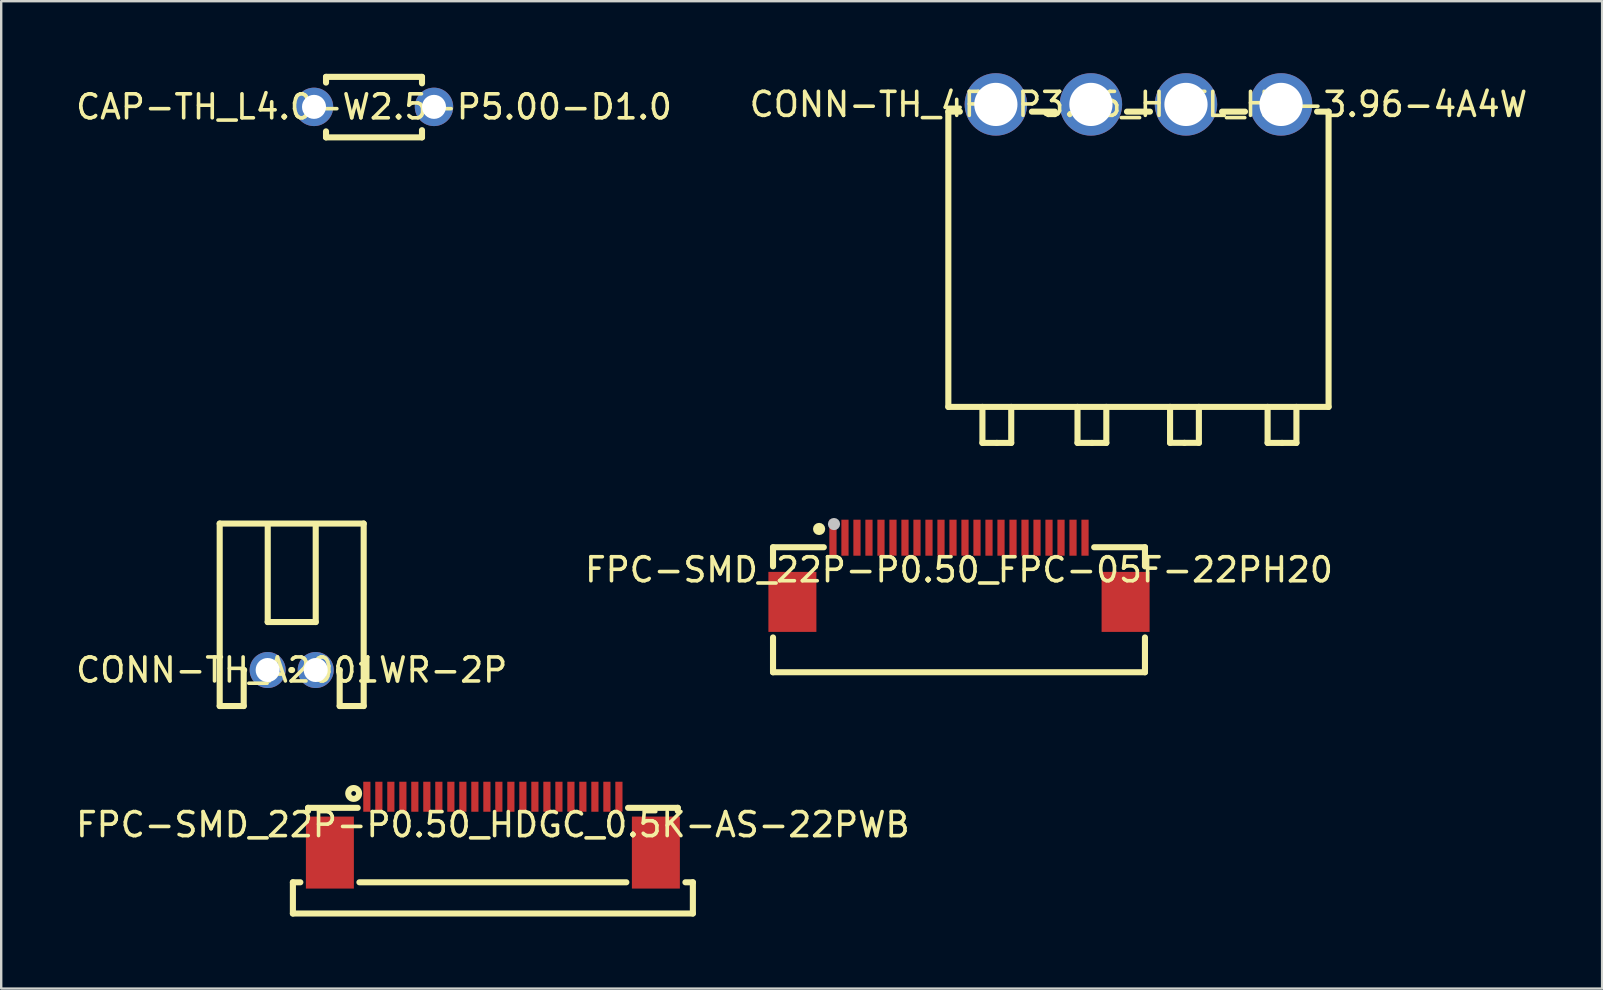
<source format=kicad_pcb>
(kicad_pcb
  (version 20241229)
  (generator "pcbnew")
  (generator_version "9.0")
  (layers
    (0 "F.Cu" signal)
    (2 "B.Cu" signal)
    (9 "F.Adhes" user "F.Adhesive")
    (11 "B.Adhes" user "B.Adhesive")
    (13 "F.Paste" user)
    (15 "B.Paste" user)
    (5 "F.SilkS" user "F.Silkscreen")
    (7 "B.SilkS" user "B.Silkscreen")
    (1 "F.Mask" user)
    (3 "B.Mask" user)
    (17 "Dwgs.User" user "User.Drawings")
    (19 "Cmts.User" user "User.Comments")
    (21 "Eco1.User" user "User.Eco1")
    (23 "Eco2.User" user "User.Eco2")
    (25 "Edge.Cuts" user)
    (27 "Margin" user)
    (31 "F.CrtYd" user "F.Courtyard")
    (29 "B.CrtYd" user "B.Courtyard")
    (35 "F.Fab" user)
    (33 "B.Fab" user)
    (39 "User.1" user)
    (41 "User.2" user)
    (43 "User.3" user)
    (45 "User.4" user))
  (footprint "CAP-TH_L4.0-W2.5-P5.00-D1.0"
    (layer "F.Cu")
    (at 12.53 1.402)
    (property "Reference" "CAP-TH_L4.0-W2.5-P5.00-D1.0" (at 0 0 0) (layer "F.SilkS") (effects (font (size 1 1) (thickness 0.15))))
    (fp_line (start -1.999 -1.25) (end -1.999 -1.011) (stroke (width 0.254) (type default)) (layer "F.SilkS"))
    (fp_line (start -1.999 -1.25) (end 1.999 -1.25) (stroke (width 0.254) (type default)) (layer "F.SilkS"))
    (fp_line (start -1.999 1.27) (end -1.999 1.021) (stroke (width 0.254) (type default)) (layer "F.SilkS"))
    (fp_line (start 1.999 -1.25) (end 1.999 -0.981) (stroke (width 0.254) (type default)) (layer "F.SilkS"))
    (fp_line (start 1.999 1.27) (end -1.999 1.27) (stroke (width 0.254) (type default)) (layer "F.SilkS"))
    (fp_line (start 1.999 1.27) (end 1.999 0.971) (stroke (width 0.254) (type default)) (layer "F.SilkS"))
    (fp_poly (pts (xy -2.104 -0.052) (xy -2.131 -0.153) (xy -2.183 -0.243) (xy -2.257 -0.317) (xy -2.347 -0.369) (xy -2.447 -0.396) (xy -2.552 -0.396) (xy -2.652 -0.369) (xy -2.742 -0.317) (xy -2.816 -0.243) (xy -2.868 -0.153) (xy -2.895 -0.052) (xy -2.895 0.052) (xy -2.868 0.153) (xy -2.816 0.243) (xy -2.742 0.317) (xy -2.652 0.369) (xy -2.552 0.396) (xy -2.447 0.396) (xy -2.347 0.369) (xy -2.257 0.317) (xy -2.183 0.243) (xy -2.131 0.153) (xy -2.104 0.052)) (stroke (width 0.1) (type default)) (fill no) (layer "User.1"))
    (fp_poly (pts (xy 2.895 -0.052) (xy 2.868 -0.153) (xy 2.816 -0.243) (xy 2.742 -0.317) (xy 2.652 -0.369) (xy 2.552 -0.396) (xy 2.447 -0.396) (xy 2.347 -0.369) (xy 2.257 -0.317) (xy 2.183 -0.243) (xy 2.131 -0.153) (xy 2.104 -0.052) (xy 2.104 0.052) (xy 2.131 0.153) (xy 2.183 0.243) (xy 2.257 0.317) (xy 2.347 0.369) (xy 2.447 0.396) (xy 2.552 0.396) (xy 2.652 0.369) (xy 2.742 0.317) (xy 2.816 0.243) (xy 2.868 0.153) (xy 2.895 0.052)) (stroke (width 0.1) (type default)) (fill no) (layer "User.1"))
    (fp_line (start -3.3 -1.377) (end 3.3 -1.377) (stroke (width 0.051) (type default)) (layer "User.2"))
    (fp_line (start -3.3 1.397) (end -3.3 -1.377) (stroke (width 0.051) (type default)) (layer "User.2"))
    (fp_line (start 3.3 -1.377) (end 3.3 1.397) (stroke (width 0.051) (type default)) (layer "User.2"))
    (fp_line (start 3.3 1.397) (end -3.3 1.397) (stroke (width 0.051) (type default)) (layer "User.2"))
    (fp_poly (pts (xy -3.243 1.374) (xy -3.276 1.341) (xy -3.323 1.341) (xy -3.356 1.374) (xy -3.356 1.42) (xy -3.323 1.453) (xy -3.276 1.453) (xy -3.243 1.42)) (stroke (width 0.1) (type default)) (fill no) (layer "User.3"))
    (pad "1" thru_hole circle (at -2.499 0) (size 1.6 1.6) (drill 1.001) (layers "*.Cu" "*.Mask"))
    (pad "2" thru_hole circle (at 2.499 0) (size 1.6 1.6) (drill 1.001) (layers "*.Cu" "*.Mask")))
  (footprint "CONN-TH_4P-P3.96_HCTL_HC-3.96-4A4W"
    (layer "F.Cu")
    (at 44.375 1.3)
    (property "Reference" "CONN-TH_4P-P3.96_HCTL_HC-3.96-4A4W" (at 0 0 0) (layer "F.SilkS") (effects (font (size 1 1) (thickness 0.15))))
    (fp_line (start -7.92 0.3) (end -7.92 12.6) (stroke (width 0.254) (type default)) (layer "F.SilkS"))
    (fp_line (start -7.92 12.6) (end 7.92 12.6) (stroke (width 0.254) (type default)) (layer "F.SilkS"))
    (fp_line (start -7.441 0.3) (end -7.92 0.3) (stroke (width 0.254) (type default)) (layer "F.SilkS"))
    (fp_line (start -6.5 14.1) (end -6.5 12.6) (stroke (width 0.254) (type default)) (layer "F.SilkS"))
    (fp_line (start -5.899 14.1) (end -6.5 14.1) (stroke (width 0.254) (type default)) (layer "F.SilkS"))
    (fp_line (start -5.899 14.1) (end -5.3 14.1) (stroke (width 0.254) (type default)) (layer "F.SilkS"))
    (fp_line (start -5.3 14.1) (end -5.3 12.6) (stroke (width 0.254) (type default)) (layer "F.SilkS"))
    (fp_line (start -3.482 0.3) (end -4.439 0.3) (stroke (width 0.254) (type default)) (layer "F.SilkS"))
    (fp_line (start -2.539 14.1) (end -2.539 12.6) (stroke (width 0.254) (type default)) (layer "F.SilkS"))
    (fp_line (start -1.94 14.1) (end -2.539 14.1) (stroke (width 0.254) (type default)) (layer "F.SilkS"))
    (fp_line (start -1.94 14.1) (end -1.339 14.1) (stroke (width 0.254) (type default)) (layer "F.SilkS"))
    (fp_line (start -1.339 14.1) (end -1.339 12.6) (stroke (width 0.254) (type default)) (layer "F.SilkS"))
    (fp_line (start 0.478 0.3) (end -0.478 0.3) (stroke (width 0.254) (type default)) (layer "F.SilkS"))
    (fp_line (start 1.317 14.098) (end 1.317 12.599) (stroke (width 0.254) (type default)) (layer "F.SilkS"))
    (fp_line (start 1.917 14.098) (end 1.317 14.098) (stroke (width 0.254) (type default)) (layer "F.SilkS"))
    (fp_line (start 1.917 14.098) (end 2.517 14.098) (stroke (width 0.254) (type default)) (layer "F.SilkS"))
    (fp_line (start 2.517 14.098) (end 2.517 12.599) (stroke (width 0.254) (type default)) (layer "F.SilkS"))
    (fp_line (start 4.439 0.3) (end 3.482 0.3) (stroke (width 0.254) (type default)) (layer "F.SilkS"))
    (fp_line (start 5.38 14.1) (end 5.38 12.6) (stroke (width 0.254) (type default)) (layer "F.SilkS"))
    (fp_line (start 5.981 14.1) (end 5.38 14.1) (stroke (width 0.254) (type default)) (layer "F.SilkS"))
    (fp_line (start 5.981 14.1) (end 6.58 14.1) (stroke (width 0.254) (type default)) (layer "F.SilkS"))
    (fp_line (start 6.58 14.1) (end 6.58 12.6) (stroke (width 0.254) (type default)) (layer "F.SilkS"))
    (fp_line (start 7.92 0.3) (end 7.441 0.3) (stroke (width 0.254) (type default)) (layer "F.SilkS"))
    (fp_line (start 7.92 0.3) (end 7.92 12.6) (stroke (width 0.254) (type default)) (layer "F.SilkS"))
    (pad "1" thru_hole circle (at -5.94 0) (size 2.6 2.6) (drill 1.8) (layers "*.Cu" "*.Mask"))
    (pad "2" thru_hole circle (at -1.98 0) (size 2.6 2.6) (drill 1.8) (layers "*.Cu" "*.Mask"))
    (pad "3" thru_hole circle (at 1.98 0) (size 2.6 2.6) (drill 1.8) (layers "*.Cu" "*.Mask"))
    (pad "4" thru_hole circle (at 5.94 0) (size 2.6 2.6) (drill 1.8) (layers "*.Cu" "*.Mask")))
  (footprint "FPC-SMD_22P-P0.50_HDGC_0.5K-AS-22PWB"
    (layer "F.Cu")
    (at 17.482 31.303)
    (property "Reference" "FPC-SMD_22P-P0.50_HDGC_0.5K-AS-22PWB" (at 0 0 0) (layer "F.SilkS") (effects (font (size 1 1) (thickness 0.15))))
    (fp_line (start -8.331 2.401) (end -8.021 2.401) (stroke (width 0.254) (type default)) (layer "F.SilkS"))
    (fp_line (start -8.331 3.701) (end -8.331 2.401) (stroke (width 0.254) (type default)) (layer "F.SilkS"))
    (fp_line (start -7.699 -0.701) (end -7.699 -0.569) (stroke (width 0.254) (type default)) (layer "F.SilkS"))
    (fp_line (start -7.699 -0.701) (end -5.631 -0.701) (stroke (width 0.254) (type default)) (layer "F.SilkS"))
    (fp_line (start -5.56 2.401) (end 5.56 2.401) (stroke (width 0.254) (type default)) (layer "F.SilkS"))
    (fp_line (start 5.631 -0.701) (end 7.702 -0.701) (stroke (width 0.254) (type default)) (layer "F.SilkS"))
    (fp_line (start 7.702 -0.701) (end 7.702 -0.569) (stroke (width 0.254) (type default)) (layer "F.SilkS"))
    (fp_line (start 8.331 2.401) (end 8.021 2.401) (stroke (width 0.254) (type default)) (layer "F.SilkS"))
    (fp_line (start 8.331 3.701) (end -8.331 3.701) (stroke (width 0.254) (type default)) (layer "F.SilkS"))
    (fp_line (start 8.331 3.701) (end 8.331 2.401) (stroke (width 0.254) (type default)) (layer "F.SilkS"))
    (fp_circle (center -5.799 -1.3) (end -5.7 -1.3) (stroke (width 0.254) (type default)) (fill no) (layer "F.SilkS"))
    (pad "1" smd rect (at -5.25 -1.163) (size 0.299 1.25) (layers "F.Cu" "F.Mask" "F.Paste"))
    (pad "2" smd rect (at -4.75 -1.163) (size 0.299 1.25) (layers "F.Cu" "F.Mask" "F.Paste"))
    (pad "3" smd rect (at -4.25 -1.163) (size 0.299 1.25) (layers "F.Cu" "F.Mask" "F.Paste"))
    (pad "4" smd rect (at -3.749 -1.163) (size 0.299 1.25) (layers "F.Cu" "F.Mask" "F.Paste"))
    (pad "5" smd rect (at -3.251 -1.163) (size 0.299 1.25) (layers "F.Cu" "F.Mask" "F.Paste"))
    (pad "6" smd rect (at -2.751 -1.163) (size 0.299 1.25) (layers "F.Cu" "F.Mask" "F.Paste"))
    (pad "7" smd rect (at -2.251 -1.163) (size 0.299 1.25) (layers "F.Cu" "F.Mask" "F.Paste"))
    (pad "8" smd rect (at -1.75 -1.163) (size 0.299 1.25) (layers "F.Cu" "F.Mask" "F.Paste"))
    (pad "9" smd rect (at -1.25 -1.163) (size 0.299 1.25) (layers "F.Cu" "F.Mask" "F.Paste"))
    (pad "10" smd rect (at -0.75 -1.163) (size 0.299 1.25) (layers "F.Cu" "F.Mask" "F.Paste"))
    (pad "11" smd rect (at -0.249 -1.163) (size 0.299 1.25) (layers "F.Cu" "F.Mask" "F.Paste"))
    (pad "12" smd rect (at 0.249 -1.163) (size 0.299 1.25) (layers "F.Cu" "F.Mask" "F.Paste"))
    (pad "13" smd rect (at 0.75 -1.163) (size 0.299 1.25) (layers "F.Cu" "F.Mask" "F.Paste"))
    (pad "14" smd rect (at 1.25 -1.163) (size 0.299 1.25) (layers "F.Cu" "F.Mask" "F.Paste"))
    (pad "15" smd rect (at 1.75 -1.163) (size 0.299 1.25) (layers "F.Cu" "F.Mask" "F.Paste"))
    (pad "16" smd rect (at 2.251 -1.163) (size 0.299 1.25) (layers "F.Cu" "F.Mask" "F.Paste"))
    (pad "17" smd rect (at 2.751 -1.163) (size 0.299 1.25) (layers "F.Cu" "F.Mask" "F.Paste"))
    (pad "18" smd rect (at 3.251 -1.163) (size 0.299 1.25) (layers "F.Cu" "F.Mask" "F.Paste"))
    (pad "19" smd rect (at 3.749 -1.163) (size 0.299 1.25) (layers "F.Cu" "F.Mask" "F.Paste"))
    (pad "20" smd rect (at 4.25 -1.163) (size 0.299 1.25) (layers "F.Cu" "F.Mask" "F.Paste"))
    (pad "21" smd rect (at 4.75 -1.163) (size 0.299 1.25) (layers "F.Cu" "F.Mask" "F.Paste"))
    (pad "22" smd rect (at 5.25 -1.163) (size 0.299 1.25) (layers "F.Cu" "F.Mask" "F.Paste"))
    (pad "23" smd rect (at 6.79 1.163) (size 1.999 2.999) (layers "F.Cu" "F.Mask" "F.Paste"))
    (pad "24" smd rect (at -6.79 1.163) (size 1.999 2.999) (layers "F.Cu" "F.Mask" "F.Paste")))
  (footprint "CONN-TH_A2001WR-2P"
    (layer "F.Cu")
    (at 9.101 24.861)
    (property "Reference" "CONN-TH_A2001WR-2P" (at 0 0 0) (layer "F.SilkS") (effects (font (size 1 1) (thickness 0.15))))
    (fp_line (start -2.999 -6.101) (end -2.999 1.501) (stroke (width 0.254) (type default)) (layer "F.SilkS"))
    (fp_line (start -2.999 -6.101) (end 2.999 -6.101) (stroke (width 0.254) (type default)) (layer "F.SilkS"))
    (fp_line (start -2.999 1.501) (end -1.999 1.501) (stroke (width 0.254) (type default)) (layer "F.SilkS"))
    (fp_line (start -1.999 1.501) (end -1.999 0) (stroke (width 0.254) (type default)) (layer "F.SilkS"))
    (fp_line (start -1.981 0) (end -1.999 0) (stroke (width 0.254) (type default)) (layer "F.SilkS"))
    (fp_line (start -1.001 -1.999) (end 1.001 -1.999) (stroke (width 0.254) (type default)) (layer "F.SilkS"))
    (fp_line (start -0.998 -1.999) (end -0.998 -6) (stroke (width 0.254) (type default)) (layer "F.SilkS"))
    (fp_line (start 0.018 0) (end -0.018 0) (stroke (width 0.254) (type default)) (layer "F.SilkS"))
    (fp_line (start 1.001 -1.999) (end 1.001 -6) (stroke (width 0.254) (type default)) (layer "F.SilkS"))
    (fp_line (start 1.999 0) (end 1.981 0) (stroke (width 0.254) (type default)) (layer "F.SilkS"))
    (fp_line (start 1.999 1.501) (end 1.999 0) (stroke (width 0.254) (type default)) (layer "F.SilkS"))
    (fp_line (start 2.999 1.501) (end 1.999 1.501) (stroke (width 0.254) (type default)) (layer "F.SilkS"))
    (fp_line (start 2.999 1.501) (end 2.999 -6.101) (stroke (width 0.254) (type default)) (layer "F.SilkS"))
    (fp_poly (pts (xy -0.605 -0.052) (xy -0.632 -0.153) (xy -0.684 -0.243) (xy -0.758 -0.317) (xy -0.848 -0.369) (xy -0.949 -0.396) (xy -1.053 -0.396) (xy -1.154 -0.369) (xy -1.244 -0.317) (xy -1.318 -0.243) (xy -1.37 -0.153) (xy -1.397 -0.052) (xy -1.397 0.052) (xy -1.37 0.153) (xy -1.318 0.243) (xy -1.244 0.317) (xy -1.154 0.369) (xy -1.053 0.396) (xy -0.949 0.396) (xy -0.848 0.369) (xy -0.758 0.317) (xy -0.684 0.243) (xy -0.632 0.153) (xy -0.605 0.052)) (stroke (width 0.1) (type default)) (fill no) (layer "User.1"))
    (fp_poly (pts (xy 1.397 -0.052) (xy 1.37 -0.153) (xy 1.318 -0.243) (xy 1.244 -0.317) (xy 1.154 -0.369) (xy 1.053 -0.396) (xy 0.949 -0.396) (xy 0.848 -0.369) (xy 0.758 -0.317) (xy 0.684 -0.243) (xy 0.632 -0.153) (xy 0.605 -0.052) (xy 0.605 0.052) (xy 0.632 0.153) (xy 0.684 0.243) (xy 0.758 0.317) (xy 0.848 0.369) (xy 0.949 0.396) (xy 1.053 0.396) (xy 1.154 0.369) (xy 1.244 0.317) (xy 1.318 0.243) (xy 1.37 0.153) (xy 1.397 0.052)) (stroke (width 0.1) (type default)) (fill no) (layer "User.1"))
    (fp_line (start -3.127 -6.228) (end 3.127 -6.228) (stroke (width 0.051) (type default)) (layer "User.2"))
    (fp_line (start -3.127 1.628) (end -3.127 -6.228) (stroke (width 0.051) (type default)) (layer "User.2"))
    (fp_line (start 3.127 -6.228) (end 3.127 1.628) (stroke (width 0.051) (type default)) (layer "User.2"))
    (fp_line (start 3.127 1.628) (end -3.127 1.628) (stroke (width 0.051) (type default)) (layer "User.2"))
    (fp_poly (pts (xy 3.183 -6.251) (xy 3.15 -6.284) (xy 3.103 -6.284) (xy 3.07 -6.251) (xy 3.07 -6.205) (xy 3.103 -6.172) (xy 3.15 -6.172) (xy 3.183 -6.205)) (stroke (width 0.1) (type default)) (fill no) (layer "User.3"))
    (pad "1" thru_hole circle (at 1.001 0 180) (size 1.501 1.501) (drill 1.001) (layers "*.Cu" "*.Mask"))
    (pad "2" thru_hole circle (at -1.001 0 180) (size 1.501 1.501) (drill 1.001) (layers "*.Cu" "*.Mask")))
  (footprint "FPC-SMD_22P-P0.50_FPC-05F-22PH20"
    (layer "F.Cu")
    (at 36.899 20.686)
    (property "Reference" "FPC-SMD_22P-P0.50_FPC-05F-22PH20" (at 0 0 0) (layer "F.SilkS") (effects (font (size 1 1) (thickness 0.15))))
    (fp_line (start -7.747 -0.939) (end -5.631 -0.939) (stroke (width 0.254) (type default)) (layer "F.SilkS"))
    (fp_line (start -7.747 -0.143) (end -7.747 -0.939) (stroke (width 0.254) (type default)) (layer "F.SilkS"))
    (fp_line (start -7.747 4.268) (end -7.747 2.818) (stroke (width 0.254) (type default)) (layer "F.SilkS"))
    (fp_line (start 5.631 -0.939) (end 7.747 -0.939) (stroke (width 0.254) (type default)) (layer "F.SilkS"))
    (fp_line (start 7.747 -0.939) (end 7.747 -0.143) (stroke (width 0.254) (type default)) (layer "F.SilkS"))
    (fp_line (start 7.747 2.818) (end 7.747 4.268) (stroke (width 0.254) (type default)) (layer "F.SilkS"))
    (fp_line (start 7.747 4.268) (end -7.747 4.268) (stroke (width 0.254) (type default)) (layer "F.SilkS"))
    (fp_circle (center -5.827 -1.701) (end -5.7 -1.701) (stroke (width 0.254) (type default)) (fill no) (layer "F.SilkS"))
    (fp_circle (center -5.207 -1.905) (end -5.08 -1.905) (stroke (width 0.254) (type default)) (fill no) (layer "Dwgs.User"))
    (fp_poly (pts (xy -7.59 1.837) (xy -7.59 0.838) (xy -6.29 0.838) (xy -6.29 1.837)) (stroke (width 0.1) (type default)) (fill no) (layer "User.1"))
    (fp_poly (pts (xy -5.35 -1.815) (xy -5.15 -1.815) (xy -5.15 -0.865) (xy -5.35 -0.865)) (stroke (width 0.1) (type default)) (fill no) (layer "User.1"))
    (fp_poly (pts (xy -4.85 -1.815) (xy -4.65 -1.815) (xy -4.65 -0.865) (xy -4.85 -0.865)) (stroke (width 0.1) (type default)) (fill no) (layer "User.1"))
    (fp_poly (pts (xy -4.35 -1.815) (xy -4.15 -1.815) (xy -4.15 -0.865) (xy -4.35 -0.865)) (stroke (width 0.1) (type default)) (fill no) (layer "User.1"))
    (fp_poly (pts (xy -3.85 -1.815) (xy -3.65 -1.815) (xy -3.65 -0.865) (xy -3.85 -0.865)) (stroke (width 0.1) (type default)) (fill no) (layer "User.1"))
    (fp_poly (pts (xy -3.35 -1.815) (xy -3.15 -1.815) (xy -3.15 -0.865) (xy -3.35 -0.865)) (stroke (width 0.1) (type default)) (fill no) (layer "User.1"))
    (fp_poly (pts (xy -2.85 -1.815) (xy -2.65 -1.815) (xy -2.65 -0.865) (xy -2.85 -0.865)) (stroke (width 0.1) (type default)) (fill no) (layer "User.1"))
    (fp_poly (pts (xy -2.35 -1.815) (xy -2.15 -1.815) (xy -2.15 -0.865) (xy -2.35 -0.865)) (stroke (width 0.1) (type default)) (fill no) (layer "User.1"))
    (fp_poly (pts (xy -1.85 -1.815) (xy -1.65 -1.815) (xy -1.65 -0.865) (xy -1.85 -0.865)) (stroke (width 0.1) (type default)) (fill no) (layer "User.1"))
    (fp_poly (pts (xy -1.35 -1.815) (xy -1.15 -1.815) (xy -1.15 -0.865) (xy -1.35 -0.865)) (stroke (width 0.1) (type default)) (fill no) (layer "User.1"))
    (fp_poly (pts (xy -0.85 -1.815) (xy -0.65 -1.815) (xy -0.65 -0.865) (xy -0.85 -0.865)) (stroke (width 0.1) (type default)) (fill no) (layer "User.1"))
    (fp_poly (pts (xy -0.35 -1.815) (xy -0.15 -1.815) (xy -0.15 -0.865) (xy -0.35 -0.865)) (stroke (width 0.1) (type default)) (fill no) (layer "User.1"))
    (fp_poly (pts (xy 0.15 -1.815) (xy 0.35 -1.815) (xy 0.35 -0.865) (xy 0.15 -0.865)) (stroke (width 0.1) (type default)) (fill no) (layer "User.1"))
    (fp_poly (pts (xy 0.65 -1.815) (xy 0.85 -1.815) (xy 0.85 -0.865) (xy 0.65 -0.865)) (stroke (width 0.1) (type default)) (fill no) (layer "User.1"))
    (fp_poly (pts (xy 1.15 -1.815) (xy 1.35 -1.815) (xy 1.35 -0.865) (xy 1.15 -0.865)) (stroke (width 0.1) (type default)) (fill no) (layer "User.1"))
    (fp_poly (pts (xy 1.65 -1.815) (xy 1.85 -1.815) (xy 1.85 -0.865) (xy 1.65 -0.865)) (stroke (width 0.1) (type default)) (fill no) (layer "User.1"))
    (fp_poly (pts (xy 2.15 -1.815) (xy 2.35 -1.815) (xy 2.35 -0.865) (xy 2.15 -0.865)) (stroke (width 0.1) (type default)) (fill no) (layer "User.1"))
    (fp_poly (pts (xy 2.65 -1.815) (xy 2.85 -1.815) (xy 2.85 -0.865) (xy 2.65 -0.865)) (stroke (width 0.1) (type default)) (fill no) (layer "User.1"))
    (fp_poly (pts (xy 3.15 -1.815) (xy 3.35 -1.815) (xy 3.35 -0.865) (xy 3.15 -0.865)) (stroke (width 0.1) (type default)) (fill no) (layer "User.1"))
    (fp_poly (pts (xy 3.65 -1.815) (xy 3.85 -1.815) (xy 3.85 -0.865) (xy 3.65 -0.865)) (stroke (width 0.1) (type default)) (fill no) (layer "User.1"))
    (fp_poly (pts (xy 4.15 -1.815) (xy 4.35 -1.815) (xy 4.35 -0.865) (xy 4.15 -0.865)) (stroke (width 0.1) (type default)) (fill no) (layer "User.1"))
    (fp_poly (pts (xy 4.65 -1.815) (xy 4.85 -1.815) (xy 4.85 -0.865) (xy 4.65 -0.865)) (stroke (width 0.1) (type default)) (fill no) (layer "User.1"))
    (fp_poly (pts (xy 5.15 -1.815) (xy 5.35 -1.815) (xy 5.35 -0.865) (xy 5.15 -0.865)) (stroke (width 0.1) (type default)) (fill no) (layer "User.1"))
    (fp_poly (pts (xy 6.29 1.837) (xy 6.29 0.838) (xy 7.59 0.838) (xy 7.59 1.837)) (stroke (width 0.1) (type default)) (fill no) (layer "User.1"))
    (fp_line (start -7.7 -0.885) (end 7.7 -0.885) (stroke (width 0.051) (type default)) (layer "User.2"))
    (fp_line (start -7.7 4.235) (end -7.7 -0.885) (stroke (width 0.051) (type default)) (layer "User.2"))
    (fp_line (start 7.7 -0.885) (end 7.7 4.235) (stroke (width 0.051) (type default)) (layer "User.2"))
    (fp_line (start 7.7 4.235) (end -7.7 4.235) (stroke (width 0.051) (type default)) (layer "User.2"))
    (fp_poly (pts (xy -7.645 -1.838) (xy -7.677 -1.87) (xy -7.723 -1.87) (xy -7.755 -1.838) (xy -7.755 -1.792) (xy -7.723 -1.76) (xy -7.677 -1.76) (xy -7.645 -1.792)) (stroke (width 0.1) (type default)) (fill no) (layer "User.3"))
    (pad "1" smd rect (at -5.25 -1.337) (size 0.3 1.5) (layers "F.Cu" "F.Mask" "F.Paste"))
    (pad "2" smd rect (at -4.75 -1.337) (size 0.3 1.5) (layers "F.Cu" "F.Mask" "F.Paste"))
    (pad "3" smd rect (at -4.25 -1.337) (size 0.3 1.5) (layers "F.Cu" "F.Mask" "F.Paste"))
    (pad "4" smd rect (at -3.75 -1.337) (size 0.3 1.5) (layers "F.Cu" "F.Mask" "F.Paste"))
    (pad "5" smd rect (at -3.25 -1.337) (size 0.3 1.5) (layers "F.Cu" "F.Mask" "F.Paste"))
    (pad "6" smd rect (at -2.75 -1.337) (size 0.3 1.5) (layers "F.Cu" "F.Mask" "F.Paste"))
    (pad "7" smd rect (at -2.25 -1.337) (size 0.3 1.5) (layers "F.Cu" "F.Mask" "F.Paste"))
    (pad "8" smd rect (at -1.75 -1.337) (size 0.3 1.5) (layers "F.Cu" "F.Mask" "F.Paste"))
    (pad "9" smd rect (at -1.25 -1.337) (size 0.3 1.5) (layers "F.Cu" "F.Mask" "F.Paste"))
    (pad "10" smd rect (at -0.75 -1.337) (size 0.3 1.5) (layers "F.Cu" "F.Mask" "F.Paste"))
    (pad "11" smd rect (at -0.25 -1.337) (size 0.3 1.5) (layers "F.Cu" "F.Mask" "F.Paste"))
    (pad "12" smd rect (at 0.25 -1.337) (size 0.3 1.5) (layers "F.Cu" "F.Mask" "F.Paste"))
    (pad "13" smd rect (at 0.75 -1.337) (size 0.3 1.5) (layers "F.Cu" "F.Mask" "F.Paste"))
    (pad "14" smd rect (at 1.25 -1.337) (size 0.3 1.5) (layers "F.Cu" "F.Mask" "F.Paste"))
    (pad "15" smd rect (at 1.75 -1.337) (size 0.3 1.5) (layers "F.Cu" "F.Mask" "F.Paste"))
    (pad "16" smd rect (at 2.25 -1.337) (size 0.3 1.5) (layers "F.Cu" "F.Mask" "F.Paste"))
    (pad "17" smd rect (at 2.75 -1.337) (size 0.3 1.5) (layers "F.Cu" "F.Mask" "F.Paste"))
    (pad "18" smd rect (at 3.25 -1.337) (size 0.3 1.5) (layers "F.Cu" "F.Mask" "F.Paste"))
    (pad "19" smd rect (at 3.75 -1.337) (size 0.3 1.5) (layers "F.Cu" "F.Mask" "F.Paste"))
    (pad "20" smd rect (at 4.25 -1.337) (size 0.3 1.5) (layers "F.Cu" "F.Mask" "F.Paste"))
    (pad "21" smd rect (at 4.75 -1.337) (size 0.3 1.5) (layers "F.Cu" "F.Mask" "F.Paste"))
    (pad "22" smd rect (at 5.25 -1.337) (size 0.3 1.5) (layers "F.Cu" "F.Mask" "F.Paste"))
    (pad "23" smd rect (at 6.94 1.337) (size 2 2.5) (layers "F.Cu" "F.Mask" "F.Paste"))
    (pad "24" smd rect (at -6.94 1.337) (size 2 2.5) (layers "F.Cu" "F.Mask" "F.Paste")))
  (gr_rect
    (start -3 -3)
    (end 63.69 38.131)
    (stroke (width 0.1) (type default))
    (fill no)
    (layer "Edge.Cuts")))
</source>
